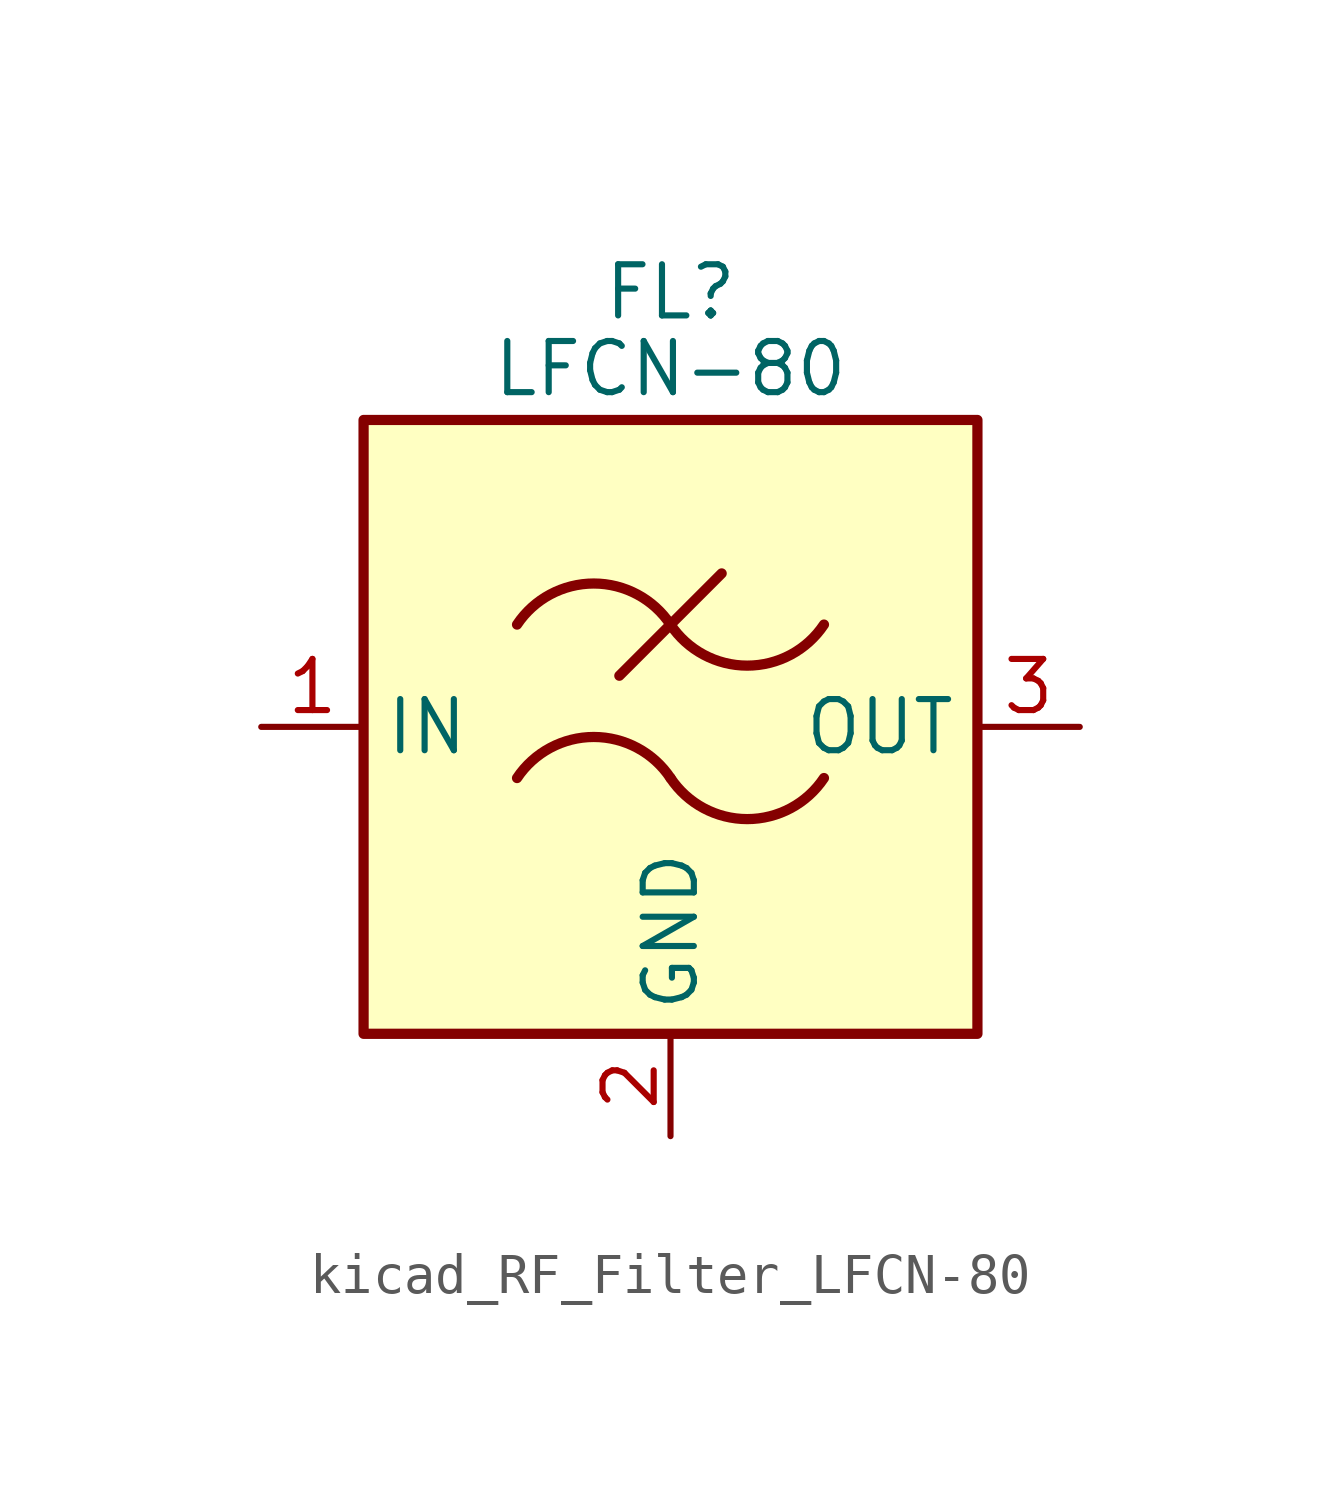
<source format=kicad_sym>
(kicad_symbol_lib
  (version 20220914)
  (generator kicad_symbol_editor)
  (symbol "kicad_RF_Filter_LFCN-80"
    (property "Reference" "FL"
      (at 0 10.795 0)
      (effects (font (size 1.27 1.27))))
    (property "Value" "LFCN-80"
      (at 0 8.89 0)
      (effects (font (size 1.27 1.27))))
    (symbol "kicad_RF_Filter_LFCN-80_0_1"
      (rectangle (start -7.62 7.62) (end 7.62 -7.62) (stroke (width 0.254) (type default)) (fill (type background)))
      (arc (start 0 -1.27) (mid -1.905 -0.2505) (end -3.81 -1.27) (stroke (width 0.254) (type default)) (fill (type none)))
      (arc (start 0 -1.27) (mid 1.905 -2.2895) (end 3.81 -1.27) (stroke (width 0.254) (type default)) (fill (type none)))
      (polyline (pts (xy -1.27 1.27) (xy 1.27 3.81)) (stroke (width 0.254) (type default)) (fill (type none)))
      (arc (start 0 2.54) (mid -1.905 3.5595) (end -3.81 2.54) (stroke (width 0.254) (type default)) (fill (type none)))
      (arc (start 0 2.54) (mid 1.905 1.5205) (end 3.81 2.54) (stroke (width 0.254) (type default)) (fill (type none))))
    (symbol "kicad_RF_Filter_LFCN-80_1_1"
      (pin passive line (at -10.16 0 0) (length 2.54) (name "IN" (effects (font (size 1.27 1.27)))) (number "1" (effects (font (size 1.27 1.27)))))
      (pin passive line (at 0 -10.16 90) (length 2.54) (name "GND" (effects (font (size 1.27 1.27)))) (number "2" (effects (font (size 1.27 1.27)))))
      (pin passive line (at 10.16 0 180) (length 2.54) (name "OUT" (effects (font (size 1.27 1.27)))) (number "3" (effects (font (size 1.27 1.27)))))
      (pin passive line (at 0 -10.16 90) (length 2.54) hide (name "GND" (effects (font (size 1.27 1.27)))) (number "4" (effects (font (size 1.27 1.27))))))))
</source>
